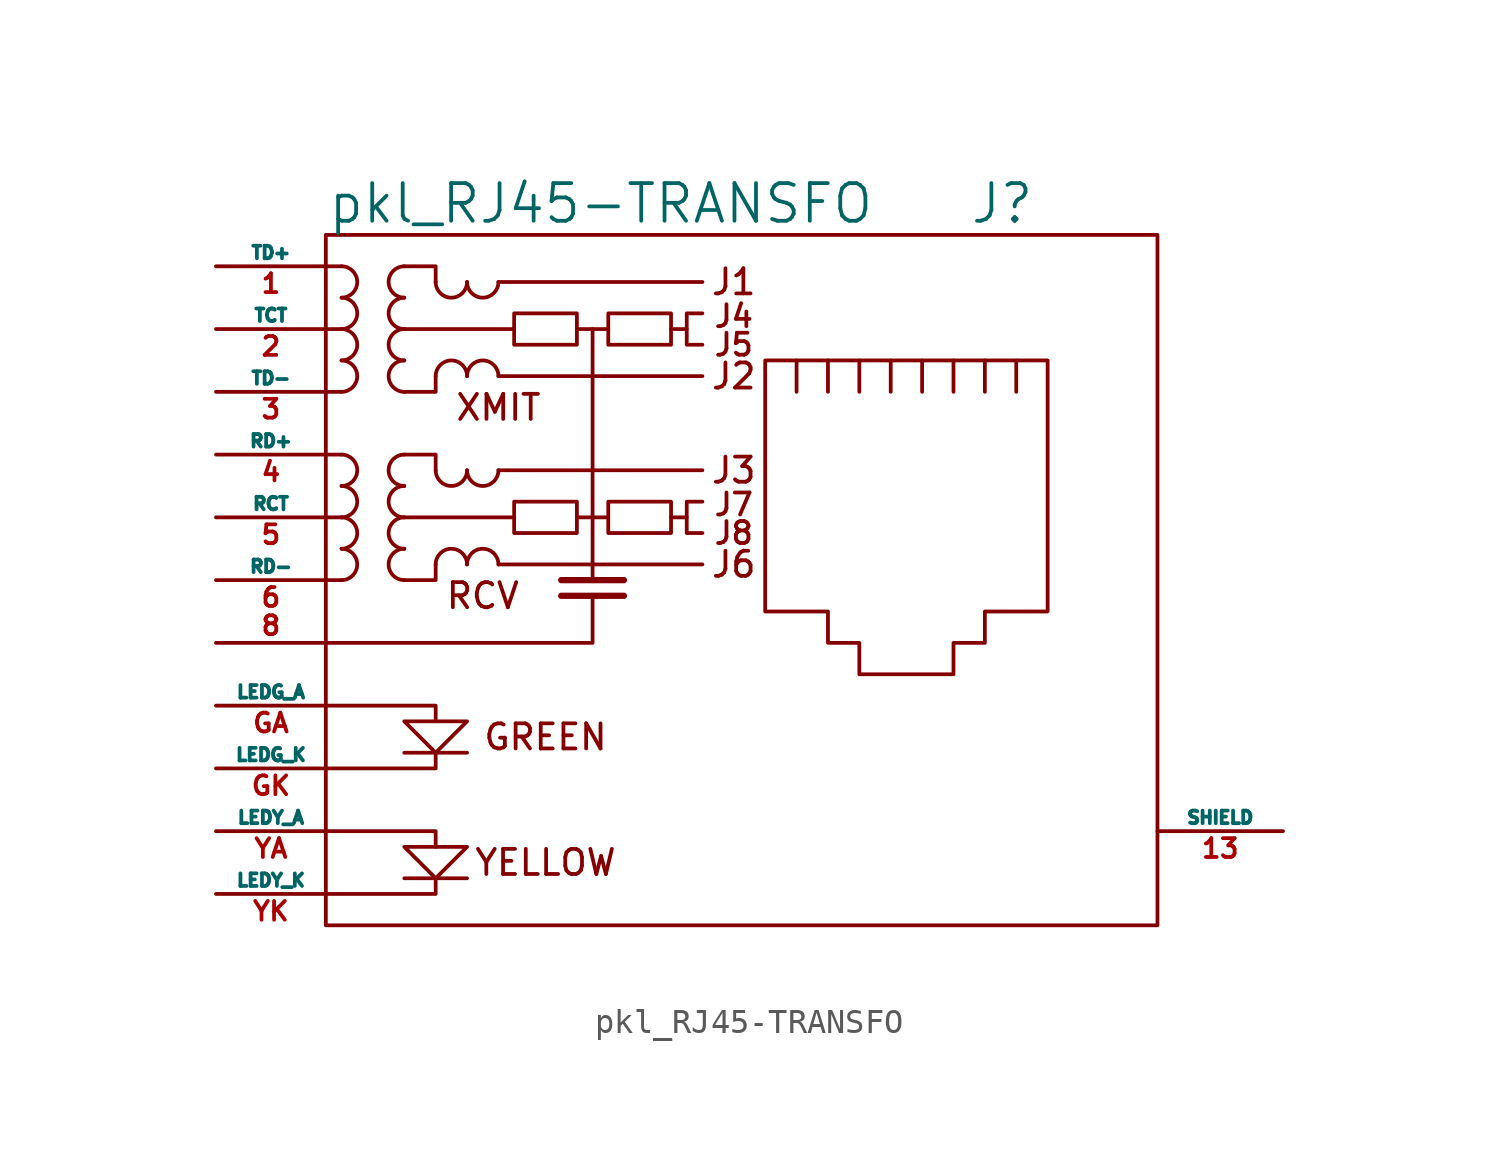
<source format=kicad_sym>
(kicad_symbol_lib
  (version 20201005)
  (generator kicad_symbol_editor)
  (symbol "pkl_conn:pkl_RJ45-TRANSFO"
    (pin_names
      (offset 0))
    (property "Reference" "J"
      (at 2.54 15.24 0)
      (effects (font (size 1.524 1.524)) (justify left)))
    (property "Value" "pkl_RJ45-TRANSFO"
      (at -1.27 15.24 0)
      (effects (font (size 1.524 1.524)) (justify right)))
    (property "Footprint" ""
      (at 0 0 0)
      (effects (font (size 1.524 1.524))))
    (property "Datasheet" ""
      (at 0 0 0)
      (effects (font (size 1.524 1.524))))
    (symbol "pkl_RJ45-TRANSFO_0_0"
      (text "GREEN" (at -14.605 -6.35 0) (effects (font (size 1.016 1.016))))
      (text "J1" (at -6.985 12.065 0) (effects (font (size 1.016 1.016))))
      (text "J2" (at -6.985 8.255 0) (effects (font (size 1.016 1.016))))
      (text "J3" (at -6.985 4.445 0) (effects (font (size 1.016 1.016))))
      (text "J4" (at -6.985 10.16 0) (effects (font (size 0.889 0.889)) (justify bottom)))
      (text "J5" (at -6.985 9.525 0) (effects (font (size 0.889 0.889))))
      (text "J6" (at -6.985 0.635 0) (effects (font (size 1.016 1.016))))
      (text "J7" (at -6.985 2.54 0) (effects (font (size 0.889 0.889)) (justify bottom)))
      (text "J8" (at -6.985 1.905 0) (effects (font (size 0.889 0.889))))
      (text "RCV" (at -17.145 -0.635 0) (effects (font (size 1.016 1.016))))
      (text "XMIT" (at -16.51 6.985 0) (effects (font (size 1.016 1.016))))
      (text "YELLOW" (at -14.605 -11.43 0) (effects (font (size 1.016 1.016))))
      (polyline (pts (xy -17.78 -12.065) (xy -20.32 -12.065) (xy -20.32 -12.065)) (stroke (width 0)) (fill (type none)))
      (polyline (pts (xy -17.78 -6.985) (xy -20.32 -6.985) (xy -20.32 -6.985)) (stroke (width 0)) (fill (type none)))
      (polyline (pts (xy -12.7 2.54) (xy -12.7 0) (xy -12.7 0)) (stroke (width 0)) (fill (type none)))
      (polyline (pts (xy -12.7 10.16) (xy -12.7 2.54) (xy -12.7 2.54)) (stroke (width 0)) (fill (type none)))
      (polyline (pts (xy -11.43 -0.635) (xy -13.97 -0.635) (xy -13.97 -0.635)) (stroke (width 0.254)) (fill (type none)))
      (polyline (pts (xy -8.89 2.54) (xy -9.525 2.54) (xy -9.525 2.54)) (stroke (width 0)) (fill (type none)))
      (polyline (pts (xy -8.89 10.16) (xy -9.525 10.16) (xy -9.525 10.16)) (stroke (width 0)) (fill (type none)))
      (polyline (pts (xy -23.495 -12.7) (xy -19.05 -12.7) (xy -19.05 -12.065) (xy -19.05 -12.065)) (stroke (width 0)) (fill (type none)))
      (polyline (pts (xy -23.495 -10.16) (xy -19.05 -10.16) (xy -19.05 -10.795) (xy -19.05 -10.795)) (stroke (width 0)) (fill (type none)))
      (polyline (pts (xy -23.495 -5.08) (xy -19.05 -5.08) (xy -19.05 -5.715) (xy -19.05 -5.715)) (stroke (width 0)) (fill (type none)))
      (polyline (pts (xy -19.05 -6.985) (xy -19.05 -7.62) (xy -23.495 -7.62) (xy -22.86 -7.62)) (stroke (width 0)) (fill (type none)))
      (polyline (pts (xy -12.7 -0.635) (xy -12.7 -2.54) (xy -23.495 -2.54) (xy -22.225 -2.54)) (stroke (width 0)) (fill (type none)))
      (polyline (pts (xy -11.43 0) (xy -13.335 0) (xy -13.97 0) (xy -13.97 0)) (stroke (width 0.254)) (fill (type none)))
      (polyline (pts (xy -20.32 -5.715) (xy -17.78 -5.715) (xy -19.05 -6.985) (xy -20.32 -5.715) (xy -20.32 -5.715)) (stroke (width 0)) (fill (type none)))
      (polyline (pts (xy -17.78 -10.795) (xy -20.32 -10.795) (xy -19.05 -12.065) (xy -17.78 -10.795) (xy -17.78 -10.795)) (stroke (width 0)) (fill (type none)))
      (polyline (pts (xy -8.255 3.175) (xy -8.89 3.175) (xy -8.89 1.905) (xy -8.255 1.905) (xy -8.255 1.905)) (stroke (width 0)) (fill (type none)))
      (polyline (pts (xy -8.255 10.795) (xy -8.89 10.795) (xy -8.89 9.525) (xy -8.255 9.525) (xy -8.255 9.525)) (stroke (width 0)) (fill (type none))))
    (symbol "pkl_RJ45-TRANSFO_0_1"
      (arc (start -22.86 0) (end -22.86 1.27) (radius (at -22.86 0.635) (length 0.635) (angles -89.9 89.9)) (stroke (width 0)) (fill (type none)))
      (arc (start -22.86 1.27) (end -22.86 2.54) (radius (at -22.86 1.905) (length 0.635) (angles -89.9 89.9)) (stroke (width 0)) (fill (type none)))
      (arc (start -22.86 2.54) (end -22.86 3.81) (radius (at -22.86 3.175) (length 0.635) (angles -89.9 89.9)) (stroke (width 0)) (fill (type none)))
      (arc (start -22.86 3.81) (end -22.86 5.08) (radius (at -22.86 4.445) (length 0.635) (angles -89.9 89.9)) (stroke (width 0)) (fill (type none)))
      (arc (start -22.86 7.62) (end -22.86 8.89) (radius (at -22.86 8.255) (length 0.635) (angles -89.9 89.9)) (stroke (width 0)) (fill (type none)))
      (arc (start -22.86 8.89) (end -22.86 10.16) (radius (at -22.86 9.525) (length 0.635) (angles -89.9 89.9)) (stroke (width 0)) (fill (type none)))
      (arc (start -22.86 10.16) (end -22.86 11.43) (radius (at -22.86 10.795) (length 0.635) (angles -89.9 89.9)) (stroke (width 0)) (fill (type none)))
      (arc (start -22.86 11.43) (end -22.86 12.7) (radius (at -22.86 12.065) (length 0.635) (angles -89.9 89.9)) (stroke (width 0)) (fill (type none)))
      (arc (start -20.32 1.27) (end -20.32 0) (radius (at -20.32 0.635) (length 0.635) (angles 90.1 -90.1)) (stroke (width 0)) (fill (type none)))
      (arc (start -20.32 2.54) (end -20.32 1.27) (radius (at -20.32 1.905) (length 0.635) (angles 90.1 -90.1)) (stroke (width 0)) (fill (type none)))
      (arc (start -20.32 3.81) (end -20.32 2.54) (radius (at -20.32 3.175) (length 0.635) (angles 90.1 -90.1)) (stroke (width 0)) (fill (type none)))
      (arc (start -20.32 5.08) (end -20.32 3.81) (radius (at -20.32 4.445) (length 0.635) (angles 90.1 -90.1)) (stroke (width 0)) (fill (type none)))
      (arc (start -20.32 8.89) (end -20.32 7.62) (radius (at -20.32 8.255) (length 0.635) (angles 90.1 -90.1)) (stroke (width 0)) (fill (type none)))
      (arc (start -20.32 10.16) (end -20.32 8.89) (radius (at -20.32 9.525) (length 0.635) (angles 90.1 -90.1)) (stroke (width 0)) (fill (type none)))
      (arc (start -20.32 11.43) (end -20.32 10.16) (radius (at -20.32 10.795) (length 0.635) (angles 90.1 -90.1)) (stroke (width 0)) (fill (type none)))
      (arc (start -20.32 12.7) (end -20.32 11.43) (radius (at -20.32 12.065) (length 0.635) (angles 90.1 -90.1)) (stroke (width 0)) (fill (type none)))
      (arc (start -17.78 0.635) (end -19.05 0.635) (radius (at -18.415 0.635) (length 0.635) (angles 0.1 179.9)) (stroke (width 0)) (fill (type none)))
      (arc (start -19.05 4.445) (end -17.78 4.445) (radius (at -18.415 4.445) (length 0.635) (angles -179.9 -0.1)) (stroke (width 0)) (fill (type none)))
      (arc (start -17.78 8.255) (end -19.05 8.255) (radius (at -18.415 8.255) (length 0.635) (angles 0.1 179.9)) (stroke (width 0)) (fill (type none)))
      (arc (start -19.05 12.065) (end -17.78 12.065) (radius (at -18.415 12.065) (length 0.635) (angles -179.9 -0.1)) (stroke (width 0)) (fill (type none)))
      (arc (start -16.51 0.635) (end -17.78 0.635) (radius (at -17.145 0.635) (length 0.635) (angles 0.1 179.9)) (stroke (width 0)) (fill (type none)))
      (arc (start -17.78 4.445) (end -16.51 4.445) (radius (at -17.145 4.445) (length 0.635) (angles -179.9 -0.1)) (stroke (width 0)) (fill (type none)))
      (arc (start -16.51 8.255) (end -17.78 8.255) (radius (at -17.145 8.255) (length 0.635) (angles 0.1 179.9)) (stroke (width 0)) (fill (type none)))
      (arc (start -17.78 12.065) (end -16.51 12.065) (radius (at -17.145 12.065) (length 0.635) (angles -179.9 -0.1)) (stroke (width 0)) (fill (type none)))
      (rectangle (start -23.495 -13.97) (end 10.16 13.97) (stroke (width 0)) (fill (type none)))
      (rectangle (start -15.875 3.175) (end -13.335 1.905) (stroke (width 0)) (fill (type none)))
      (rectangle (start -15.875 10.795) (end -13.335 9.525) (stroke (width 0)) (fill (type none)))
      (rectangle (start -12.065 3.175) (end -9.525 1.905) (stroke (width 0)) (fill (type none)))
      (rectangle (start -12.065 10.795) (end -9.525 9.525) (stroke (width 0)) (fill (type none)))
      (polyline (pts (xy -22.86 0) (xy -23.495 0) (xy -23.495 0)) (stroke (width 0)) (fill (type none)))
      (polyline (pts (xy -22.86 2.54) (xy -23.495 2.54) (xy -23.495 2.54)) (stroke (width 0)) (fill (type none)))
      (polyline (pts (xy -22.86 5.08) (xy -23.495 5.08) (xy -23.495 5.08)) (stroke (width 0)) (fill (type none)))
      (polyline (pts (xy -22.86 7.62) (xy -23.495 7.62) (xy -23.495 7.62)) (stroke (width 0)) (fill (type none)))
      (polyline (pts (xy -22.86 10.16) (xy -23.495 10.16) (xy -23.495 10.16)) (stroke (width 0)) (fill (type none)))
      (polyline (pts (xy -16.51 0.635) (xy -8.255 0.635) (xy -8.255 0.635)) (stroke (width 0)) (fill (type none)))
      (polyline (pts (xy -16.51 4.445) (xy -8.255 4.445) (xy -8.255 4.445)) (stroke (width 0)) (fill (type none)))
      (polyline (pts (xy -16.51 8.255) (xy -8.255 8.255) (xy -8.255 8.255)) (stroke (width 0)) (fill (type none)))
      (polyline (pts (xy -16.51 12.065) (xy -8.255 12.065) (xy -8.255 12.065)) (stroke (width 0)) (fill (type none)))
      (polyline (pts (xy -13.335 2.54) (xy -12.065 2.54) (xy -12.065 2.54)) (stroke (width 0)) (fill (type none)))
      (polyline (pts (xy -13.335 10.16) (xy -12.065 10.16) (xy -12.065 10.16)) (stroke (width 0)) (fill (type none)))
      (polyline (pts (xy -4.445 7.62) (xy -4.445 8.89) (xy -4.445 8.89)) (stroke (width 0)) (fill (type none)))
      (polyline (pts (xy -3.175 8.89) (xy -3.175 7.62) (xy -3.175 7.62)) (stroke (width 0)) (fill (type none)))
      (polyline (pts (xy -1.905 8.89) (xy -1.905 7.62) (xy -1.905 7.62)) (stroke (width 0)) (fill (type none)))
      (polyline (pts (xy -0.635 8.89) (xy -0.635 7.62) (xy -0.635 7.62)) (stroke (width 0)) (fill (type none)))
      (polyline (pts (xy 0.635 8.89) (xy 0.635 7.62) (xy 0.635 7.62)) (stroke (width 0)) (fill (type none)))
      (polyline (pts (xy 1.905 8.89) (xy 1.905 7.62) (xy 1.905 7.62)) (stroke (width 0)) (fill (type none)))
      (polyline (pts (xy 3.175 7.62) (xy 3.175 8.89) (xy 3.175 8.89)) (stroke (width 0)) (fill (type none)))
      (polyline (pts (xy 4.445 7.62) (xy 4.445 8.89) (xy 4.445 8.89)) (stroke (width 0)) (fill (type none)))
      (polyline (pts (xy -22.86 12.7) (xy -23.495 12.7) (xy -23.495 12.7) (xy -23.495 12.7)) (stroke (width 0)) (fill (type none)))
      (polyline (pts (xy -19.05 0.635) (xy -19.05 0) (xy -20.32 0) (xy -20.32 0)) (stroke (width 0)) (fill (type none)))
      (polyline (pts (xy -19.05 8.255) (xy -19.05 7.62) (xy -20.32 7.62) (xy -20.32 7.62)) (stroke (width 0)) (fill (type none)))
      (polyline (pts (xy -15.875 2.54) (xy -20.32 2.54) (xy -20.32 2.54) (xy -20.32 2.54)) (stroke (width 0)) (fill (type none)))
      (polyline (pts (xy -15.875 10.16) (xy -20.32 10.16) (xy -20.32 10.16) (xy -20.32 10.16)) (stroke (width 0)) (fill (type none)))
      (polyline (pts (xy -20.32 5.08) (xy -19.05 5.08) (xy -19.05 4.445) (xy -19.05 4.445) (xy -19.05 4.445) (xy -19.05 4.445)) (stroke (width 0)) (fill (type none)))
      (polyline (pts (xy -20.32 12.7) (xy -19.05 12.7) (xy -19.05 12.065) (xy -19.05 12.065) (xy -19.05 12.065) (xy -19.05 12.065)) (stroke (width 0)) (fill (type none)))
      (polyline (pts (xy -5.715 8.89) (xy 5.715 8.89) (xy 5.715 -1.27) (xy 3.175 -1.27) (xy 3.175 -2.54) (xy 1.905 -2.54) (xy 1.905 -3.81) (xy -1.905 -3.81) (xy -1.905 -2.54) (xy -3.175 -2.54) (xy -3.175 -1.27) (xy -5.715 -1.27) (xy -5.715 8.89) (xy -5.715 8.89)) (stroke (width 0)) (fill (type none))))
    (symbol "pkl_RJ45-TRANSFO_1_1"
      (pin passive line (at -27.94 12.7 0) (length 4.445) (name "TD+" (effects (font (size 0.508 0.508)))) (number "1" (effects (font (size 0.762 0.762)))))
      (pin passive line (at 15.24 -10.16 180) (length 5.08) (name "SHIELD" (effects (font (size 0.508 0.508)))) (number "13" (effects (font (size 0.762 0.762)))))
      (pin passive line (at -27.94 10.16 0) (length 4.445) (name "TCT" (effects (font (size 0.508 0.508)))) (number "2" (effects (font (size 0.762 0.762)))))
      (pin passive line (at -27.94 7.62 0) (length 4.445) (name "TD-" (effects (font (size 0.508 0.508)))) (number "3" (effects (font (size 0.762 0.762)))))
      (pin passive line (at -27.94 5.08 0) (length 4.445) (name "RD+" (effects (font (size 0.508 0.508)))) (number "4" (effects (font (size 0.762 0.762)))))
      (pin passive line (at -27.94 2.54 0) (length 4.445) (name "RCT" (effects (font (size 0.508 0.508)))) (number "5" (effects (font (size 0.762 0.762)))))
      (pin passive line (at -27.94 0 0) (length 4.445) (name "RD-" (effects (font (size 0.508 0.508)))) (number "6" (effects (font (size 0.762 0.762)))))
      (pin passive line (at -27.94 -2.54 0) (length 4.445) (name "~" (effects (font (size 0.508 0.508)))) (number "8" (effects (font (size 0.762 0.762)))))
      (pin passive line (at -27.94 -5.08 0) (length 4.445) (name "LEDG_A" (effects (font (size 0.508 0.508)))) (number "GA" (effects (font (size 0.762 0.762)))))
      (pin passive line (at -27.94 -7.62 0) (length 4.445) (name "LEDG_K" (effects (font (size 0.508 0.508)))) (number "GK" (effects (font (size 0.762 0.762)))))
      (pin passive line (at -27.94 -10.16 0) (length 4.445) (name "LEDY_A" (effects (font (size 0.508 0.508)))) (number "YA" (effects (font (size 0.762 0.762)))))
      (pin passive line (at -27.94 -12.7 0) (length 4.445) (name "LEDY_K" (effects (font (size 0.508 0.508)))) (number "YK" (effects (font (size 0.762 0.762))))))))
</source>
